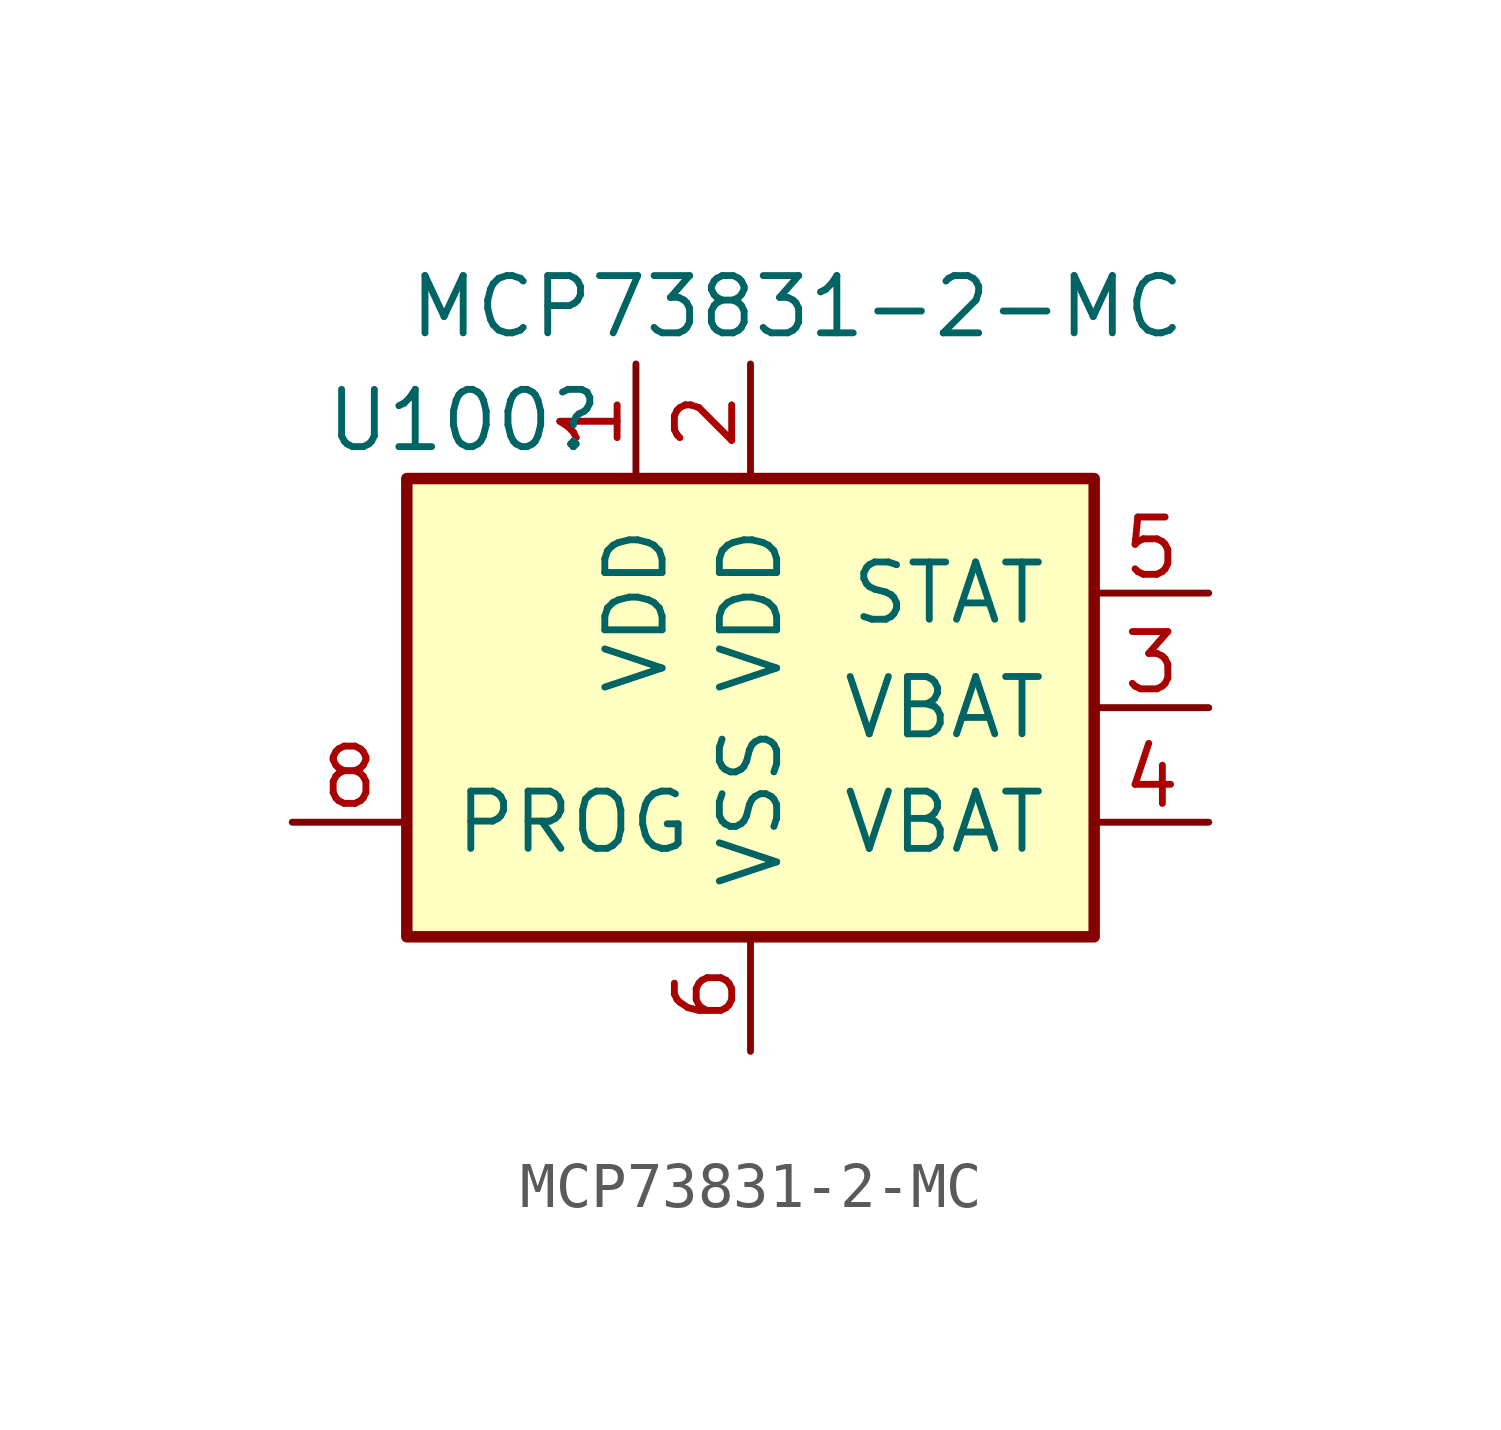
<source format=kicad_sym>
(kicad_symbol_lib
  (version 20211014)
  (generator kicad_symbol_editor)
  (symbol "MCP73831-2-MC"
    (pin_names
      (offset 1.016))
    (property "Reference" "U100"
      (at -9.469 6.367 0)
      (effects (font (size 1.27 1.27)) (justify left)))
    (property "Value" "MCP73831-2-MC"
      (at -7.62 8.89 0)
      (effects (font (size 1.27 1.27)) (justify left)))
    (symbol "MCP73831-2-MC_0_1"
      (rectangle (start -7.62 5.08) (end 7.62 -5.08) (stroke (width 0.254) (type default) (color 0 0 0 0)) (fill (type background))))
    (symbol "MCP73831-2-MC_1_1"
      (pin power_in line (at -2.54 7.62 270) (length 2.54) (name "VDD" (effects (font (size 1.27 1.27)))) (number "1" (effects (font (size 1.27 1.27)))))
      (pin power_in line (at 0 7.62 270) (length 2.54) (name "VDD" (effects (font (size 1.27 1.27)))) (number "2" (effects (font (size 1.27 1.27)))))
      (pin power_out line (at 10.16 0 180) (length 2.54) (name "VBAT" (effects (font (size 1.27 1.27)))) (number "3" (effects (font (size 1.27 1.27)))))
      (pin power_out line (at 10.16 -2.54 180) (length 2.54) (name "VBAT" (effects (font (size 1.27 1.27)))) (number "4" (effects (font (size 1.27 1.27)))))
      (pin output line (at 10.16 2.54 180) (length 2.54) (name "STAT" (effects (font (size 1.27 1.27)))) (number "5" (effects (font (size 1.27 1.27)))))
      (pin power_in line (at 0 -7.62 90) (length 2.54) (name "VSS" (effects (font (size 1.27 1.27)))) (number "6" (effects (font (size 1.27 1.27)))))
      (pin input line (at -10.16 -2.54 0) (length 2.54) (name "PROG" (effects (font (size 1.27 1.27)))) (number "8" (effects (font (size 1.27 1.27))))))))
</source>
